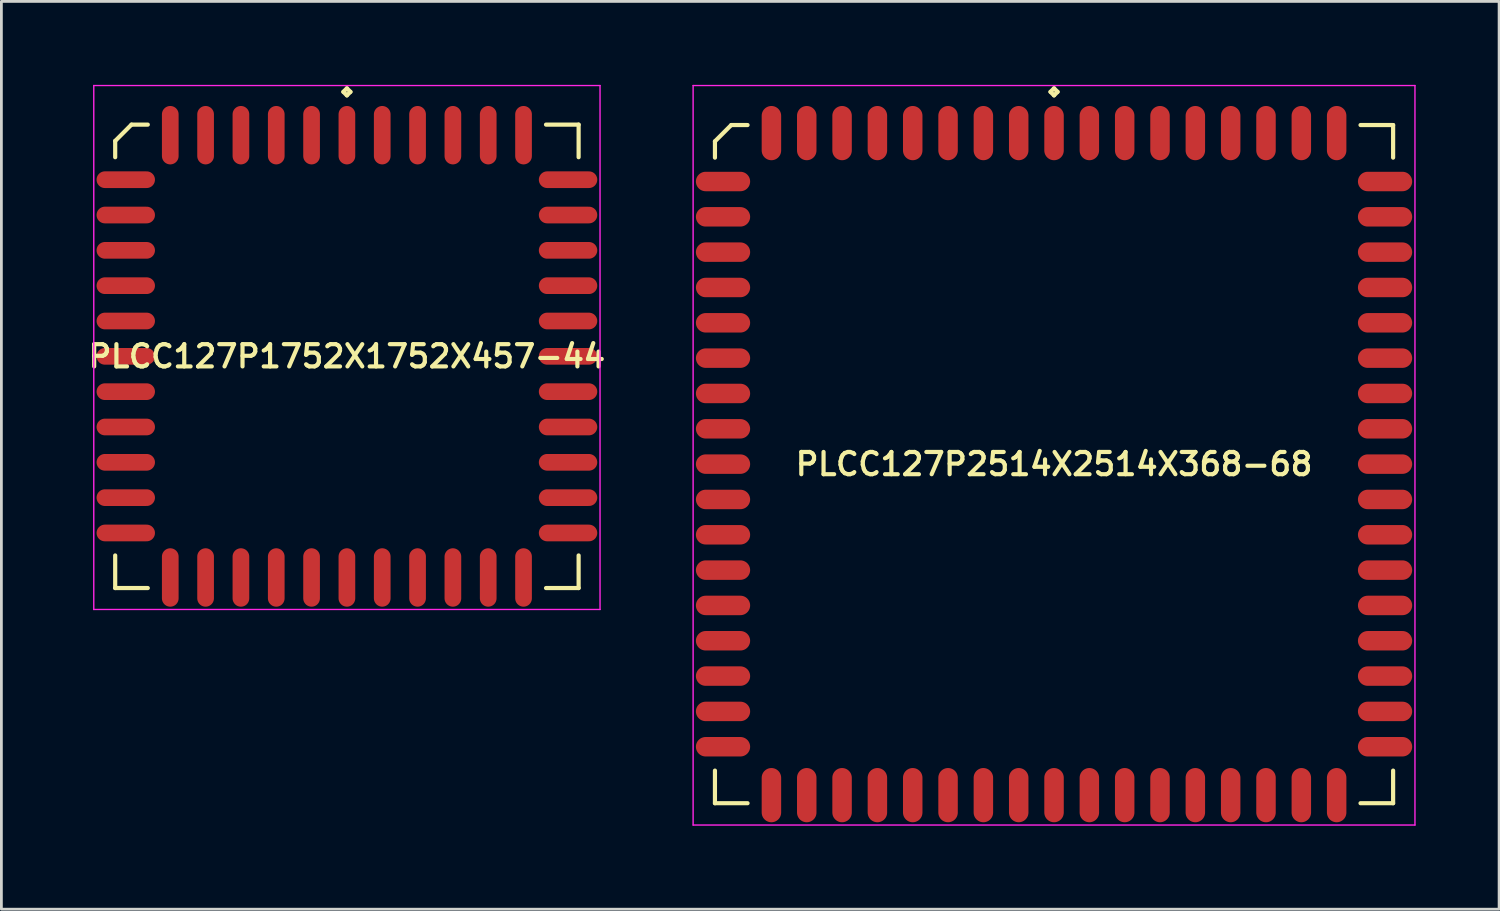
<source format=kicad_pcb>
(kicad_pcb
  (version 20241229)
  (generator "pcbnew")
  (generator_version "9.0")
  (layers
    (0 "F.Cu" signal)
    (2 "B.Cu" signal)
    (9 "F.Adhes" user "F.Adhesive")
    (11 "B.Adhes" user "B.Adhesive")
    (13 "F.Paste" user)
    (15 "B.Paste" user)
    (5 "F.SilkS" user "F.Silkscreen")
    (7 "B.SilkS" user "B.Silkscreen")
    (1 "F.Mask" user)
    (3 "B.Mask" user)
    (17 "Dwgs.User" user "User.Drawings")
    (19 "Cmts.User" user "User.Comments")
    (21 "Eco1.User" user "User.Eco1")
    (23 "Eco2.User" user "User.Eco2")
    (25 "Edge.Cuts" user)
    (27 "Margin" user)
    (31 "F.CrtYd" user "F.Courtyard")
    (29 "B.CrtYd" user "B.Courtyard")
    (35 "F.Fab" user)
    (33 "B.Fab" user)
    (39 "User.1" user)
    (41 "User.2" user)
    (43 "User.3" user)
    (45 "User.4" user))
  (footprint "PLCC127P1752X1752X457-44"
    (layer "F.Cu")
    (at 9.421 9.76)
    (property "Reference" "PLCC127P1752X1752X457-44" (at 0 0 0) (layer "F.SilkS") (effects (font (size 0.8 0.8) (thickness 0.15))))
    (attr smd)
    (fp_line (start -8.33 -7.744) (end -7.744 -8.33) (stroke (width 0.15) (type solid)) (layer "F.SilkS"))
    (fp_line (start -8.33 -7.158) (end -8.33 -7.744) (stroke (width 0.15) (type solid)) (layer "F.SilkS"))
    (fp_line (start -8.33 7.158) (end -8.33 8.33) (stroke (width 0.15) (type solid)) (layer "F.SilkS"))
    (fp_line (start -8.33 8.33) (end -7.158 8.33) (stroke (width 0.15) (type solid)) (layer "F.SilkS"))
    (fp_line (start -7.744 -8.33) (end -7.158 -8.33) (stroke (width 0.15) (type solid)) (layer "F.SilkS"))
    (fp_line (start -0.127 -9.508) (end 0 -9.635) (stroke (width 0.15) (type solid)) (layer "F.SilkS"))
    (fp_line (start 0 -9.635) (end 0.127 -9.508) (stroke (width 0.15) (type solid)) (layer "F.SilkS"))
    (fp_line (start 0 -9.381) (end -0.127 -9.508) (stroke (width 0.15) (type solid)) (layer "F.SilkS"))
    (fp_line (start 0.127 -9.508) (end 0 -9.381) (stroke (width 0.15) (type solid)) (layer "F.SilkS"))
    (fp_line (start 8.33 -8.33) (end 7.158 -8.33) (stroke (width 0.15) (type solid)) (layer "F.SilkS"))
    (fp_line (start 8.33 -7.158) (end 8.33 -8.33) (stroke (width 0.15) (type solid)) (layer "F.SilkS"))
    (fp_line (start 8.33 7.158) (end 8.33 8.33) (stroke (width 0.15) (type solid)) (layer "F.SilkS"))
    (fp_line (start 8.33 8.33) (end 7.158 8.33) (stroke (width 0.15) (type solid)) (layer "F.SilkS"))
    (fp_line (start -9.1 -9.735) (end 9.1 -9.735) (stroke (width 0.05) (type solid)) (layer "F.CrtYd"))
    (fp_line (start -9.1 9.1) (end -9.1 -9.735) (stroke (width 0.05) (type solid)) (layer "F.CrtYd"))
    (fp_line (start 9.1 -9.735) (end 9.1 9.1) (stroke (width 0.05) (type solid)) (layer "F.CrtYd"))
    (fp_line (start 9.1 9.1) (end -9.1 9.1) (stroke (width 0.05) (type solid)) (layer "F.CrtYd"))
    (pad "1" smd oval (at 0 -7.95) (size 0.6 2.1) (layers "F.Cu" "F.Mask" "F.Paste"))
    (pad "2" smd oval (at -1.27 -7.95) (size 0.6 2.1) (layers "F.Cu" "F.Mask" "F.Paste"))
    (pad "3" smd oval (at -2.54 -7.95) (size 0.6 2.1) (layers "F.Cu" "F.Mask" "F.Paste"))
    (pad "4" smd oval (at -3.81 -7.95) (size 0.6 2.1) (layers "F.Cu" "F.Mask" "F.Paste"))
    (pad "5" smd oval (at -5.08 -7.95) (size 0.6 2.1) (layers "F.Cu" "F.Mask" "F.Paste"))
    (pad "6" smd oval (at -6.35 -7.95) (size 0.6 2.1) (layers "F.Cu" "F.Mask" "F.Paste"))
    (pad "7" smd oval (at -7.95 -6.35) (size 2.1 0.6) (layers "F.Cu" "F.Mask" "F.Paste"))
    (pad "8" smd oval (at -7.95 -5.08) (size 2.1 0.6) (layers "F.Cu" "F.Mask" "F.Paste"))
    (pad "9" smd oval (at -7.95 -3.81) (size 2.1 0.6) (layers "F.Cu" "F.Mask" "F.Paste"))
    (pad "10" smd oval (at -7.95 -2.54) (size 2.1 0.6) (layers "F.Cu" "F.Mask" "F.Paste"))
    (pad "11" smd oval (at -7.95 -1.27) (size 2.1 0.6) (layers "F.Cu" "F.Mask" "F.Paste"))
    (pad "12" smd oval (at -7.95 0) (size 2.1 0.6) (layers "F.Cu" "F.Mask" "F.Paste"))
    (pad "13" smd oval (at -7.95 1.27) (size 2.1 0.6) (layers "F.Cu" "F.Mask" "F.Paste"))
    (pad "14" smd oval (at -7.95 2.54) (size 2.1 0.6) (layers "F.Cu" "F.Mask" "F.Paste"))
    (pad "15" smd oval (at -7.95 3.81) (size 2.1 0.6) (layers "F.Cu" "F.Mask" "F.Paste"))
    (pad "16" smd oval (at -7.95 5.08) (size 2.1 0.6) (layers "F.Cu" "F.Mask" "F.Paste"))
    (pad "17" smd oval (at -7.95 6.35) (size 2.1 0.6) (layers "F.Cu" "F.Mask" "F.Paste"))
    (pad "18" smd oval (at -6.35 7.95) (size 0.6 2.1) (layers "F.Cu" "F.Mask" "F.Paste"))
    (pad "19" smd oval (at -5.08 7.95) (size 0.6 2.1) (layers "F.Cu" "F.Mask" "F.Paste"))
    (pad "20" smd oval (at -3.81 7.95) (size 0.6 2.1) (layers "F.Cu" "F.Mask" "F.Paste"))
    (pad "21" smd oval (at -2.54 7.95) (size 0.6 2.1) (layers "F.Cu" "F.Mask" "F.Paste"))
    (pad "22" smd oval (at -1.27 7.95) (size 0.6 2.1) (layers "F.Cu" "F.Mask" "F.Paste"))
    (pad "23" smd oval (at 0 7.95) (size 0.6 2.1) (layers "F.Cu" "F.Mask" "F.Paste"))
    (pad "24" smd oval (at 1.27 7.95) (size 0.6 2.1) (layers "F.Cu" "F.Mask" "F.Paste"))
    (pad "25" smd oval (at 2.54 7.95) (size 0.6 2.1) (layers "F.Cu" "F.Mask" "F.Paste"))
    (pad "26" smd oval (at 3.81 7.95) (size 0.6 2.1) (layers "F.Cu" "F.Mask" "F.Paste"))
    (pad "27" smd oval (at 5.08 7.95) (size 0.6 2.1) (layers "F.Cu" "F.Mask" "F.Paste"))
    (pad "28" smd oval (at 6.35 7.95) (size 0.6 2.1) (layers "F.Cu" "F.Mask" "F.Paste"))
    (pad "29" smd oval (at 7.95 6.35) (size 2.1 0.6) (layers "F.Cu" "F.Mask" "F.Paste"))
    (pad "30" smd oval (at 7.95 5.08) (size 2.1 0.6) (layers "F.Cu" "F.Mask" "F.Paste"))
    (pad "31" smd oval (at 7.95 3.81) (size 2.1 0.6) (layers "F.Cu" "F.Mask" "F.Paste"))
    (pad "32" smd oval (at 7.95 2.54) (size 2.1 0.6) (layers "F.Cu" "F.Mask" "F.Paste"))
    (pad "33" smd oval (at 7.95 1.27) (size 2.1 0.6) (layers "F.Cu" "F.Mask" "F.Paste"))
    (pad "34" smd oval (at 7.95 0) (size 2.1 0.6) (layers "F.Cu" "F.Mask" "F.Paste"))
    (pad "35" smd oval (at 7.95 -1.27) (size 2.1 0.6) (layers "F.Cu" "F.Mask" "F.Paste"))
    (pad "36" smd oval (at 7.95 -2.54) (size 2.1 0.6) (layers "F.Cu" "F.Mask" "F.Paste"))
    (pad "37" smd oval (at 7.95 -3.81) (size 2.1 0.6) (layers "F.Cu" "F.Mask" "F.Paste"))
    (pad "38" smd oval (at 7.95 -5.08) (size 2.1 0.6) (layers "F.Cu" "F.Mask" "F.Paste"))
    (pad "39" smd oval (at 7.95 -6.35) (size 2.1 0.6) (layers "F.Cu" "F.Mask" "F.Paste"))
    (pad "40" smd oval (at 6.35 -7.95) (size 0.6 2.1) (layers "F.Cu" "F.Mask" "F.Paste"))
    (pad "41" smd oval (at 5.08 -7.95) (size 0.6 2.1) (layers "F.Cu" "F.Mask" "F.Paste"))
    (pad "42" smd oval (at 3.81 -7.95) (size 0.6 2.1) (layers "F.Cu" "F.Mask" "F.Paste"))
    (pad "43" smd oval (at 2.54 -7.95) (size 0.6 2.1) (layers "F.Cu" "F.Mask" "F.Paste"))
    (pad "44" smd oval (at 1.27 -7.95) (size 0.6 2.1) (layers "F.Cu" "F.Mask" "F.Paste")))
  (footprint "PLCC127P2514X2514X368-68"
    (layer "F.Cu")
    (at 34.842 13.635)
    (property "Reference" "PLCC127P2514X2514X368-68" (at 0 0 0) (layer "F.SilkS") (effects (font (size 0.8 0.8) (thickness 0.15))))
    (attr smd)
    (fp_line (start -12.19 -11.604) (end -11.604 -12.19) (stroke (width 0.15) (type solid)) (layer "F.SilkS"))
    (fp_line (start -12.19 -11.018) (end -12.19 -11.604) (stroke (width 0.15) (type solid)) (layer "F.SilkS"))
    (fp_line (start -12.19 11.018) (end -12.19 12.19) (stroke (width 0.15) (type solid)) (layer "F.SilkS"))
    (fp_line (start -12.19 12.19) (end -11.018 12.19) (stroke (width 0.15) (type solid)) (layer "F.SilkS"))
    (fp_line (start -11.604 -12.19) (end -11.018 -12.19) (stroke (width 0.15) (type solid)) (layer "F.SilkS"))
    (fp_line (start -0.127 -13.383) (end 0 -13.51) (stroke (width 0.15) (type solid)) (layer "F.SilkS"))
    (fp_line (start 0 -13.51) (end 0.127 -13.383) (stroke (width 0.15) (type solid)) (layer "F.SilkS"))
    (fp_line (start 0 -13.256) (end -0.127 -13.383) (stroke (width 0.15) (type solid)) (layer "F.SilkS"))
    (fp_line (start 0.127 -13.383) (end 0 -13.256) (stroke (width 0.15) (type solid)) (layer "F.SilkS"))
    (fp_line (start 12.19 -12.19) (end 11.018 -12.19) (stroke (width 0.15) (type solid)) (layer "F.SilkS"))
    (fp_line (start 12.19 -11.018) (end 12.19 -12.19) (stroke (width 0.15) (type solid)) (layer "F.SilkS"))
    (fp_line (start 12.19 11.018) (end 12.19 12.19) (stroke (width 0.15) (type solid)) (layer "F.SilkS"))
    (fp_line (start 12.19 12.19) (end 11.018 12.19) (stroke (width 0.15) (type solid)) (layer "F.SilkS"))
    (fp_line (start -12.975 -13.61) (end 12.975 -13.61) (stroke (width 0.05) (type solid)) (layer "F.CrtYd"))
    (fp_line (start -12.975 12.975) (end -12.975 -13.61) (stroke (width 0.05) (type solid)) (layer "F.CrtYd"))
    (fp_line (start 12.975 -13.61) (end 12.975 12.975) (stroke (width 0.05) (type solid)) (layer "F.CrtYd"))
    (fp_line (start 12.975 12.975) (end -12.975 12.975) (stroke (width 0.05) (type solid)) (layer "F.CrtYd"))
    (pad "1" smd oval (at 0 -11.9) (size 0.7 1.95) (layers "F.Cu" "F.Mask" "F.Paste"))
    (pad "2" smd oval (at -1.27 -11.9) (size 0.7 1.95) (layers "F.Cu" "F.Mask" "F.Paste"))
    (pad "3" smd oval (at -2.54 -11.9) (size 0.7 1.95) (layers "F.Cu" "F.Mask" "F.Paste"))
    (pad "4" smd oval (at -3.81 -11.9) (size 0.7 1.95) (layers "F.Cu" "F.Mask" "F.Paste"))
    (pad "5" smd oval (at -5.08 -11.9) (size 0.7 1.95) (layers "F.Cu" "F.Mask" "F.Paste"))
    (pad "6" smd oval (at -6.35 -11.9) (size 0.7 1.95) (layers "F.Cu" "F.Mask" "F.Paste"))
    (pad "7" smd oval (at -7.62 -11.9) (size 0.7 1.95) (layers "F.Cu" "F.Mask" "F.Paste"))
    (pad "8" smd oval (at -8.89 -11.9) (size 0.7 1.95) (layers "F.Cu" "F.Mask" "F.Paste"))
    (pad "9" smd oval (at -10.16 -11.9) (size 0.7 1.95) (layers "F.Cu" "F.Mask" "F.Paste"))
    (pad "10" smd oval (at -11.9 -10.16) (size 1.95 0.7) (layers "F.Cu" "F.Mask" "F.Paste"))
    (pad "11" smd oval (at -11.9 -8.89) (size 1.95 0.7) (layers "F.Cu" "F.Mask" "F.Paste"))
    (pad "12" smd oval (at -11.9 -7.62) (size 1.95 0.7) (layers "F.Cu" "F.Mask" "F.Paste"))
    (pad "13" smd oval (at -11.9 -6.35) (size 1.95 0.7) (layers "F.Cu" "F.Mask" "F.Paste"))
    (pad "14" smd oval (at -11.9 -5.08) (size 1.95 0.7) (layers "F.Cu" "F.Mask" "F.Paste"))
    (pad "15" smd oval (at -11.9 -3.81) (size 1.95 0.7) (layers "F.Cu" "F.Mask" "F.Paste"))
    (pad "16" smd oval (at -11.9 -2.54) (size 1.95 0.7) (layers "F.Cu" "F.Mask" "F.Paste"))
    (pad "17" smd oval (at -11.9 -1.27) (size 1.95 0.7) (layers "F.Cu" "F.Mask" "F.Paste"))
    (pad "18" smd oval (at -11.9 0) (size 1.95 0.7) (layers "F.Cu" "F.Mask" "F.Paste"))
    (pad "19" smd oval (at -11.9 1.27) (size 1.95 0.7) (layers "F.Cu" "F.Mask" "F.Paste"))
    (pad "20" smd oval (at -11.9 2.54) (size 1.95 0.7) (layers "F.Cu" "F.Mask" "F.Paste"))
    (pad "21" smd oval (at -11.9 3.81) (size 1.95 0.7) (layers "F.Cu" "F.Mask" "F.Paste"))
    (pad "22" smd oval (at -11.9 5.08) (size 1.95 0.7) (layers "F.Cu" "F.Mask" "F.Paste"))
    (pad "23" smd oval (at -11.9 6.35) (size 1.95 0.7) (layers "F.Cu" "F.Mask" "F.Paste"))
    (pad "24" smd oval (at -11.9 7.62) (size 1.95 0.7) (layers "F.Cu" "F.Mask" "F.Paste"))
    (pad "25" smd oval (at -11.9 8.89) (size 1.95 0.7) (layers "F.Cu" "F.Mask" "F.Paste"))
    (pad "26" smd oval (at -11.9 10.16) (size 1.95 0.7) (layers "F.Cu" "F.Mask" "F.Paste"))
    (pad "27" smd oval (at -10.16 11.9) (size 0.7 1.95) (layers "F.Cu" "F.Mask" "F.Paste"))
    (pad "28" smd oval (at -8.89 11.9) (size 0.7 1.95) (layers "F.Cu" "F.Mask" "F.Paste"))
    (pad "29" smd oval (at -7.62 11.9) (size 0.7 1.95) (layers "F.Cu" "F.Mask" "F.Paste"))
    (pad "30" smd oval (at -6.35 11.9) (size 0.7 1.95) (layers "F.Cu" "F.Mask" "F.Paste"))
    (pad "31" smd oval (at -5.08 11.9) (size 0.7 1.95) (layers "F.Cu" "F.Mask" "F.Paste"))
    (pad "32" smd oval (at -3.81 11.9) (size 0.7 1.95) (layers "F.Cu" "F.Mask" "F.Paste"))
    (pad "33" smd oval (at -2.54 11.9) (size 0.7 1.95) (layers "F.Cu" "F.Mask" "F.Paste"))
    (pad "34" smd oval (at -1.27 11.9) (size 0.7 1.95) (layers "F.Cu" "F.Mask" "F.Paste"))
    (pad "35" smd oval (at 0 11.9) (size 0.7 1.95) (layers "F.Cu" "F.Mask" "F.Paste"))
    (pad "36" smd oval (at 1.27 11.9) (size 0.7 1.95) (layers "F.Cu" "F.Mask" "F.Paste"))
    (pad "37" smd oval (at 2.54 11.9) (size 0.7 1.95) (layers "F.Cu" "F.Mask" "F.Paste"))
    (pad "38" smd oval (at 3.81 11.9) (size 0.7 1.95) (layers "F.Cu" "F.Mask" "F.Paste"))
    (pad "39" smd oval (at 5.08 11.9) (size 0.7 1.95) (layers "F.Cu" "F.Mask" "F.Paste"))
    (pad "40" smd oval (at 6.35 11.9) (size 0.7 1.95) (layers "F.Cu" "F.Mask" "F.Paste"))
    (pad "41" smd oval (at 7.62 11.9) (size 0.7 1.95) (layers "F.Cu" "F.Mask" "F.Paste"))
    (pad "42" smd oval (at 8.89 11.9) (size 0.7 1.95) (layers "F.Cu" "F.Mask" "F.Paste"))
    (pad "43" smd oval (at 10.16 11.9) (size 0.7 1.95) (layers "F.Cu" "F.Mask" "F.Paste"))
    (pad "44" smd oval (at 11.9 10.16) (size 1.95 0.7) (layers "F.Cu" "F.Mask" "F.Paste"))
    (pad "45" smd oval (at 11.9 8.89) (size 1.95 0.7) (layers "F.Cu" "F.Mask" "F.Paste"))
    (pad "46" smd oval (at 11.9 7.62) (size 1.95 0.7) (layers "F.Cu" "F.Mask" "F.Paste"))
    (pad "47" smd oval (at 11.9 6.35) (size 1.95 0.7) (layers "F.Cu" "F.Mask" "F.Paste"))
    (pad "48" smd oval (at 11.9 5.08) (size 1.95 0.7) (layers "F.Cu" "F.Mask" "F.Paste"))
    (pad "49" smd oval (at 11.9 3.81) (size 1.95 0.7) (layers "F.Cu" "F.Mask" "F.Paste"))
    (pad "50" smd oval (at 11.9 2.54) (size 1.95 0.7) (layers "F.Cu" "F.Mask" "F.Paste"))
    (pad "51" smd oval (at 11.9 1.27) (size 1.95 0.7) (layers "F.Cu" "F.Mask" "F.Paste"))
    (pad "52" smd oval (at 11.9 0) (size 1.95 0.7) (layers "F.Cu" "F.Mask" "F.Paste"))
    (pad "53" smd oval (at 11.9 -1.27) (size 1.95 0.7) (layers "F.Cu" "F.Mask" "F.Paste"))
    (pad "54" smd oval (at 11.9 -2.54) (size 1.95 0.7) (layers "F.Cu" "F.Mask" "F.Paste"))
    (pad "55" smd oval (at 11.9 -3.81) (size 1.95 0.7) (layers "F.Cu" "F.Mask" "F.Paste"))
    (pad "56" smd oval (at 11.9 -5.08) (size 1.95 0.7) (layers "F.Cu" "F.Mask" "F.Paste"))
    (pad "57" smd oval (at 11.9 -6.35) (size 1.95 0.7) (layers "F.Cu" "F.Mask" "F.Paste"))
    (pad "58" smd oval (at 11.9 -7.62) (size 1.95 0.7) (layers "F.Cu" "F.Mask" "F.Paste"))
    (pad "59" smd oval (at 11.9 -8.89) (size 1.95 0.7) (layers "F.Cu" "F.Mask" "F.Paste"))
    (pad "60" smd oval (at 11.9 -10.16) (size 1.95 0.7) (layers "F.Cu" "F.Mask" "F.Paste"))
    (pad "61" smd oval (at 10.16 -11.9) (size 0.7 1.95) (layers "F.Cu" "F.Mask" "F.Paste"))
    (pad "62" smd oval (at 8.89 -11.9) (size 0.7 1.95) (layers "F.Cu" "F.Mask" "F.Paste"))
    (pad "63" smd oval (at 7.62 -11.9) (size 0.7 1.95) (layers "F.Cu" "F.Mask" "F.Paste"))
    (pad "64" smd oval (at 6.35 -11.9) (size 0.7 1.95) (layers "F.Cu" "F.Mask" "F.Paste"))
    (pad "65" smd oval (at 5.08 -11.9) (size 0.7 1.95) (layers "F.Cu" "F.Mask" "F.Paste"))
    (pad "66" smd oval (at 3.81 -11.9) (size 0.7 1.95) (layers "F.Cu" "F.Mask" "F.Paste"))
    (pad "67" smd oval (at 2.54 -11.9) (size 0.7 1.95) (layers "F.Cu" "F.Mask" "F.Paste"))
    (pad "68" smd oval (at 1.27 -11.9) (size 0.7 1.95) (layers "F.Cu" "F.Mask" "F.Paste")))
  (gr_rect
    (start -3 -3)
    (end 50.842 29.635)
    (stroke (width 0.1) (type default))
    (fill no)
    (layer "Edge.Cuts")))
</source>
